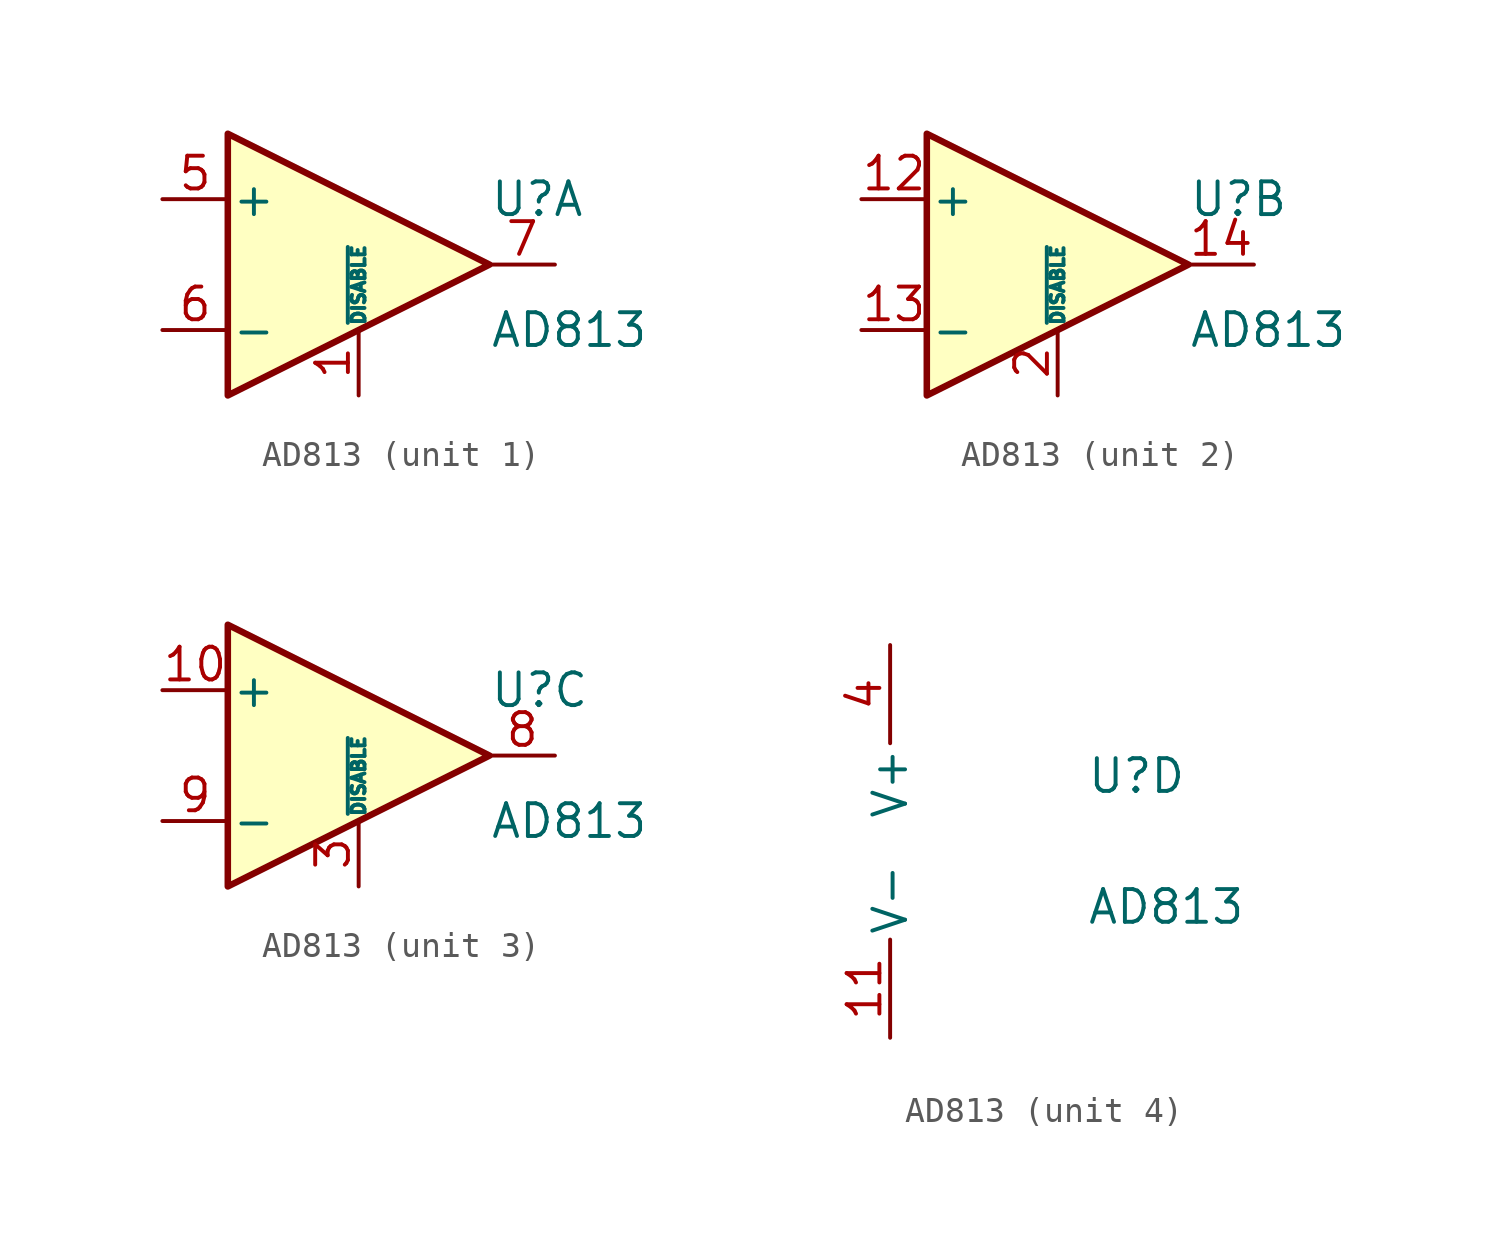
<source format=kicad_sym>
(kicad_symbol_lib
  (version 20200908)
  (generator kicad_symbol_editor)
  (symbol "Amplifier_Video:AD813"
    (pin_names
      (offset 0.127))
    (property "Reference" "U"
      (at 5.08 2.54 0)
      (effects (font (size 1.27 1.27)) (justify left)))
    (property "Value" "AD813"
      (at 5.08 -2.54 0)
      (effects (font (size 1.27 1.27)) (justify left)))
    (property "ki_locked" ""
      (at 0 0 0)
      (effects (font (size 1.27 1.27))))
    (symbol "AD813_1_1"
      (polyline (pts (xy 5.08 0) (xy -5.08 5.08) (xy -5.08 -5.08) (xy 5.08 0)) (stroke (width 0.254)) (fill (type background)))
      (pin input line (at 0 -5.08 90) (length 2.54) (name "~DISABLE" (effects (font (size 0.508 0.508)))) (number "1" (effects (font (size 1.27 1.27)))))
      (pin input line (at -7.62 2.54 0) (length 2.54) (name "+" (effects (font (size 1.27 1.27)))) (number "5" (effects (font (size 1.27 1.27)))))
      (pin input line (at -7.62 -2.54 0) (length 2.54) (name "-" (effects (font (size 1.27 1.27)))) (number "6" (effects (font (size 1.27 1.27)))))
      (pin output line (at 7.62 0 180) (length 2.54) (name "~" (effects (font (size 1.27 1.27)))) (number "7" (effects (font (size 1.27 1.27))))))
    (symbol "AD813_2_1"
      (polyline (pts (xy 5.08 0) (xy -5.08 5.08) (xy -5.08 -5.08) (xy 5.08 0)) (stroke (width 0.254)) (fill (type background)))
      (pin input line (at -7.62 2.54 0) (length 2.54) (name "+" (effects (font (size 1.27 1.27)))) (number "12" (effects (font (size 1.27 1.27)))))
      (pin input line (at -7.62 -2.54 0) (length 2.54) (name "-" (effects (font (size 1.27 1.27)))) (number "13" (effects (font (size 1.27 1.27)))))
      (pin output line (at 7.62 0 180) (length 2.54) (name "~" (effects (font (size 1.27 1.27)))) (number "14" (effects (font (size 1.27 1.27)))))
      (pin input line (at 0 -5.08 90) (length 2.54) (name "~DISABLE" (effects (font (size 0.508 0.508)))) (number "2" (effects (font (size 1.27 1.27))))))
    (symbol "AD813_3_1"
      (polyline (pts (xy 5.08 0) (xy -5.08 5.08) (xy -5.08 -5.08) (xy 5.08 0)) (stroke (width 0.254)) (fill (type background)))
      (pin input line (at -7.62 2.54 0) (length 2.54) (name "+" (effects (font (size 1.27 1.27)))) (number "10" (effects (font (size 1.27 1.27)))))
      (pin input line (at 0 -5.08 90) (length 2.54) (name "~DISABLE" (effects (font (size 0.508 0.508)))) (number "3" (effects (font (size 1.27 1.27)))))
      (pin output line (at 7.62 0 180) (length 2.54) (name "~" (effects (font (size 1.27 1.27)))) (number "8" (effects (font (size 1.27 1.27)))))
      (pin input line (at -7.62 -2.54 0) (length 2.54) (name "-" (effects (font (size 1.27 1.27)))) (number "9" (effects (font (size 1.27 1.27))))))
    (symbol "AD813_4_1"
      (pin power_in line (at -2.54 -7.62 90) (length 3.81) (name "V-" (effects (font (size 1.27 1.27)))) (number "11" (effects (font (size 1.27 1.27)))))
      (pin power_in line (at -2.54 7.62 270) (length 3.81) (name "V+" (effects (font (size 1.27 1.27)))) (number "4" (effects (font (size 1.27 1.27))))))))
</source>
